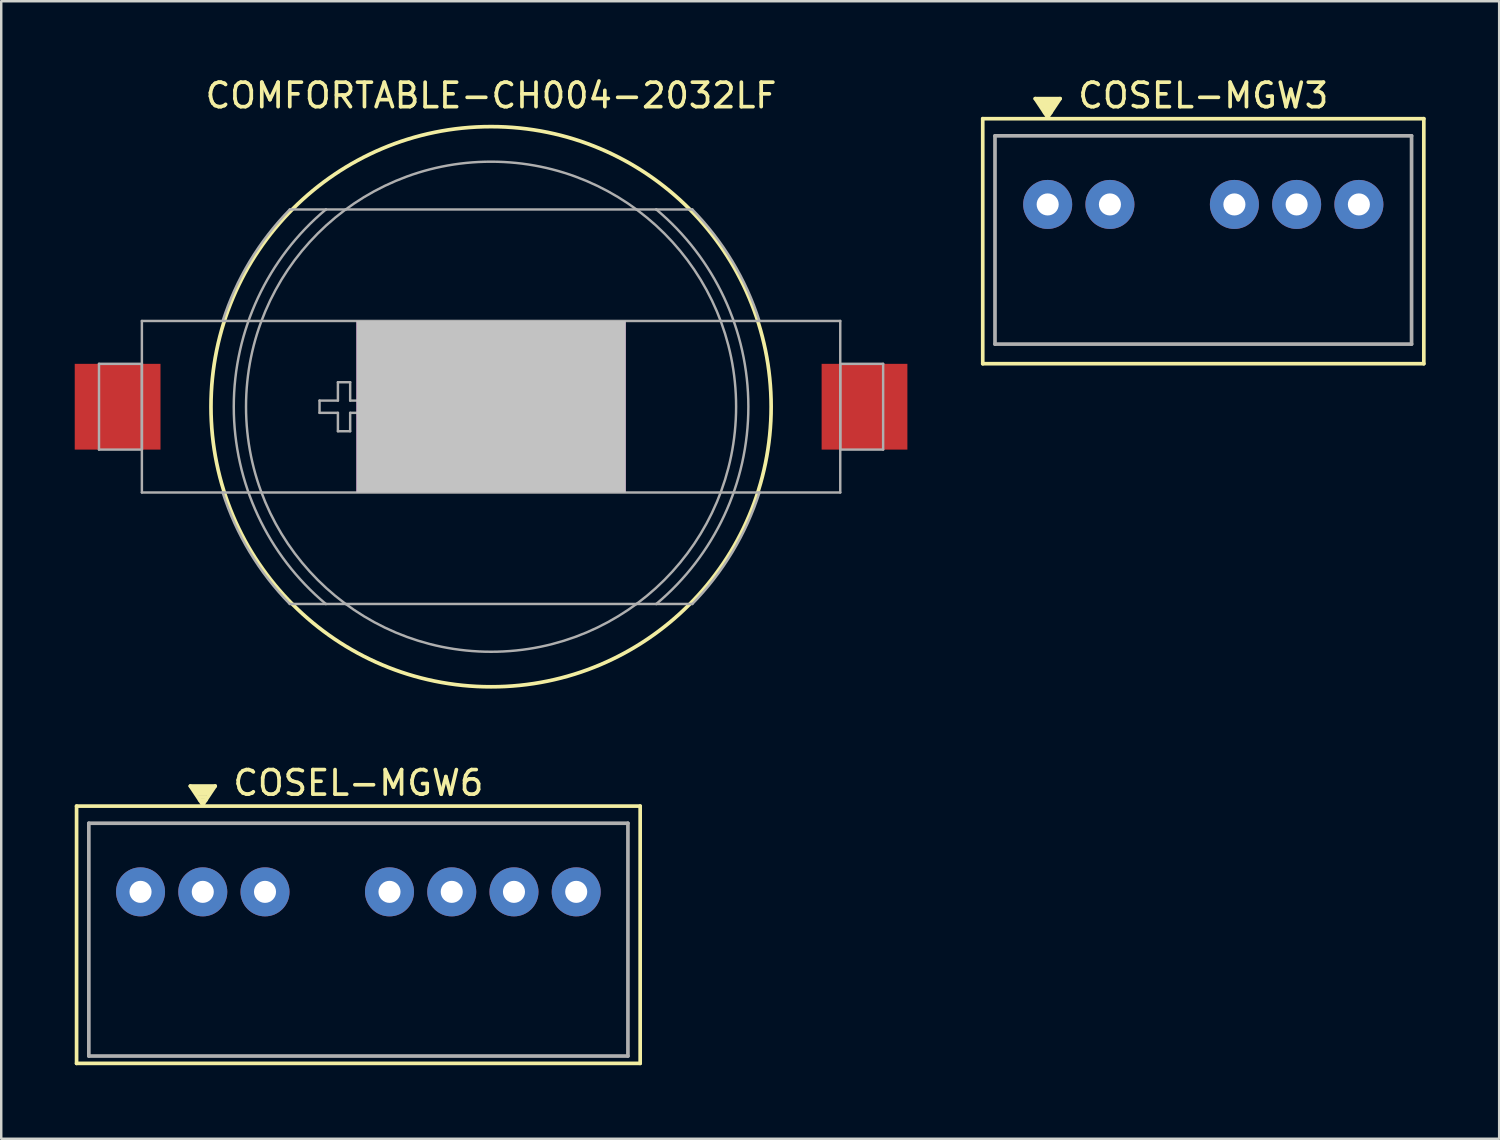
<source format=kicad_pcb>
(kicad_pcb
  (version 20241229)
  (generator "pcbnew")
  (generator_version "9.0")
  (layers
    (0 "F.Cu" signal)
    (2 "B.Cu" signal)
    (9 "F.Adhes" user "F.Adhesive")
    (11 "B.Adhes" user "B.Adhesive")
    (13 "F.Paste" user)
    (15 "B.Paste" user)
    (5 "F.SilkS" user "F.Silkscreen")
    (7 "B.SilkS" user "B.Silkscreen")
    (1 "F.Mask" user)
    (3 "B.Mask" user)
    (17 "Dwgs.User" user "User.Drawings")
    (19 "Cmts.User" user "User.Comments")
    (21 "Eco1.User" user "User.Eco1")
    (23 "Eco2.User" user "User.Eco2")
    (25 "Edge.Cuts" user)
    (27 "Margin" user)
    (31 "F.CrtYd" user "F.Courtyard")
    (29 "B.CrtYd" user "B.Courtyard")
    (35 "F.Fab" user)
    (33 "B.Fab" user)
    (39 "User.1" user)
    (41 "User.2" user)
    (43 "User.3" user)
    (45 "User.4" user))
  (footprint "COMFORTABLE-CH004-2032LF"
    (layer "F.Cu")
    (at 16.99 13.548)
    (property "Reference" "COMFORTABLE-CH004-2032LF" (at 0 -12.7 0) (layer "F.SilkS") (effects (font (size 1 1) (thickness 0.15))))
    (attr smd)
    (fp_circle (center 0 0) (end 11.43 0) (stroke (width 0.15) (type solid)) (fill no) (layer "F.SilkS"))
    (fp_line (start -16 -1.75) (end -14.25 -1.75) (stroke (width 0.1) (type solid)) (layer "F.Fab"))
    (fp_line (start -16 1.75) (end -16 -1.75) (stroke (width 0.1) (type solid)) (layer "F.Fab"))
    (fp_line (start -14.25 -3.5) (end -10.954 -3.5) (stroke (width 0.1) (type solid)) (layer "F.Fab"))
    (fp_line (start -14.25 1.75) (end -16 1.75) (stroke (width 0.1) (type solid)) (layer "F.Fab"))
    (fp_line (start -14.25 1.75) (end -14.25 -1.75) (stroke (width 0.1) (type solid)) (layer "F.Fab"))
    (fp_line (start -14.25 3.5) (end -14.25 -3.5) (stroke (width 0.1) (type solid)) (layer "F.Fab"))
    (fp_line (start -10.954 -3.5) (end 10.954 -3.5) (stroke (width 0.1) (type solid)) (layer "F.Fab"))
    (fp_line (start -10.954 3.5) (end -14.25 3.5) (stroke (width 0.1) (type solid)) (layer "F.Fab"))
    (fp_line (start -8.213 -8.05) (end -6.741 -8.05) (stroke (width 0.1) (type solid)) (layer "F.Fab"))
    (fp_line (start -7 -0.25) (end -6.25 -0.25) (stroke (width 0.1) (type solid)) (layer "F.Fab"))
    (fp_line (start -7 0.25) (end -7 -0.25) (stroke (width 0.1) (type solid)) (layer "F.Fab"))
    (fp_line (start -6.741 -8.05) (end -5.933 -8.05) (stroke (width 0.1) (type solid)) (layer "F.Fab"))
    (fp_line (start -6.741 8.05) (end -8.213 8.05) (stroke (width 0.1) (type solid)) (layer "F.Fab"))
    (fp_line (start -6.741 8.05) (end -5.93 8.05) (stroke (width 0.1) (type solid)) (layer "F.Fab"))
    (fp_line (start -6.25 -1) (end -5.75 -1) (stroke (width 0.1) (type solid)) (layer "F.Fab"))
    (fp_line (start -6.25 -0.25) (end -6.25 -1) (stroke (width 0.1) (type solid)) (layer "F.Fab"))
    (fp_line (start -6.25 0.25) (end -7 0.25) (stroke (width 0.1) (type solid)) (layer "F.Fab"))
    (fp_line (start -6.25 1) (end -6.25 0.25) (stroke (width 0.1) (type solid)) (layer "F.Fab"))
    (fp_line (start -5.933 -8.05) (end 5.93 -8.05) (stroke (width 0.1) (type solid)) (layer "F.Fab"))
    (fp_line (start -5.93 8.05) (end 5.933 8.05) (stroke (width 0.1) (type solid)) (layer "F.Fab"))
    (fp_line (start -5.75 -1) (end -5.75 -0.25) (stroke (width 0.1) (type solid)) (layer "F.Fab"))
    (fp_line (start -5.75 -0.25) (end -5 -0.25) (stroke (width 0.1) (type solid)) (layer "F.Fab"))
    (fp_line (start -5.75 0.25) (end -5.75 1) (stroke (width 0.1) (type solid)) (layer "F.Fab"))
    (fp_line (start -5.75 1) (end -6.25 1) (stroke (width 0.1) (type solid)) (layer "F.Fab"))
    (fp_line (start -5 -0.25) (end -5 0.25) (stroke (width 0.1) (type solid)) (layer "F.Fab"))
    (fp_line (start -5 0.25) (end -5.75 0.25) (stroke (width 0.1) (type solid)) (layer "F.Fab"))
    (fp_line (start 5.93 -8.05) (end 6.741 -8.05) (stroke (width 0.1) (type solid)) (layer "F.Fab"))
    (fp_line (start 5.933 8.05) (end 6.741 8.05) (stroke (width 0.1) (type solid)) (layer "F.Fab"))
    (fp_line (start 6.741 -8.05) (end 8.213 -8.05) (stroke (width 0.1) (type solid)) (layer "F.Fab"))
    (fp_line (start 8.213 8.05) (end 6.741 8.05) (stroke (width 0.1) (type solid)) (layer "F.Fab"))
    (fp_line (start 10.954 -3.5) (end 14.25 -3.5) (stroke (width 0.1) (type solid)) (layer "F.Fab"))
    (fp_line (start 10.954 3.5) (end -10.954 3.5) (stroke (width 0.1) (type solid)) (layer "F.Fab"))
    (fp_line (start 14.25 -3.5) (end 14.25 3.5) (stroke (width 0.1) (type solid)) (layer "F.Fab"))
    (fp_line (start 14.25 -1.75) (end 14.25 1.75) (stroke (width 0.1) (type solid)) (layer "F.Fab"))
    (fp_line (start 14.25 -1.75) (end 16 -1.75) (stroke (width 0.1) (type solid)) (layer "F.Fab"))
    (fp_line (start 14.25 3.5) (end 10.954 3.5) (stroke (width 0.1) (type solid)) (layer "F.Fab"))
    (fp_line (start 16 -1.75) (end 16 1.75) (stroke (width 0.1) (type solid)) (layer "F.Fab"))
    (fp_line (start 16 1.75) (end 14.25 1.75) (stroke (width 0.1) (type solid)) (layer "F.Fab"))
    (fp_arc (start -10.954451 -3.5) (mid -9.849873 -5.935487) (end -8.212643 -8.05) (stroke (width 0.1) (type solid)) (layer "F.Fab"))
    (fp_arc (start -8.212643 8.05) (mid -9.849873 5.935487) (end -10.954451 3.5) (stroke (width 0.1) (type solid)) (layer "F.Fab"))
    (fp_arc (start -6.741476 8.05) (mid -10.5 0) (end -6.741476 -8.05) (stroke (width 0.1) (type solid)) (layer "F.Fab"))
    (fp_arc (start 6.741476 -8.05) (mid 10.5 0) (end 6.741476 8.05) (stroke (width 0.1) (type solid)) (layer "F.Fab"))
    (fp_arc (start 8.212643 -8.05) (mid 9.849873 -5.935487) (end 10.954451 -3.5) (stroke (width 0.1) (type solid)) (layer "F.Fab"))
    (fp_arc (start 10.954451 3.5) (mid 9.849873 5.935487) (end 8.212643 8.05) (stroke (width 0.1) (type solid)) (layer "F.Fab"))
    (fp_circle (center 0 0) (end 10 0) (stroke (width 0.1) (type solid)) (fill no) (layer "F.Fab"))
    (pad "" smd rect (at 0 0) (size 11 7) (layers "F.Adhes" "Dwgs.User"))
    (pad "1" smd rect (at -15.24 0) (size 3.5 3.5) (layers "F.Cu" "F.Mask"))
    (pad "2" smd rect (at 15.24 0) (size 3.5 3.5) (layers "F.Cu" "F.Mask")))
  (footprint "COSEL-MGW3"
    (layer "F.Cu")
    (at 46.055 5.293)
    (property "Reference" "COSEL-MGW3" (at 0 -4.445 0) (layer "F.SilkS") (effects (font (size 1 1) (thickness 0.15))))
    (attr through_hole)
    (fp_line (start -9 -3.5) (end -9 6.5) (stroke (width 0.15) (type solid)) (layer "F.SilkS"))
    (fp_line (start -9 6.5) (end 9 6.5) (stroke (width 0.15) (type solid)) (layer "F.SilkS"))
    (fp_line (start -6.858 -4.318) (end -5.842 -4.318) (stroke (width 0.15) (type solid)) (layer "F.SilkS"))
    (fp_line (start -6.731 -4.255) (end -5.969 -4.255) (stroke (width 0.15) (type solid)) (layer "F.SilkS"))
    (fp_line (start -6.604 -4) (end -6.096 -4) (stroke (width 0.15) (type solid)) (layer "F.SilkS"))
    (fp_line (start -6.477 -3.747) (end -6.223 -3.747) (stroke (width 0.15) (type solid)) (layer "F.SilkS"))
    (fp_line (start -6.35 -3.556) (end -6.858 -4.318) (stroke (width 0.15) (type solid)) (layer "F.SilkS"))
    (fp_line (start -6.223 -3.873) (end -6.477 -3.873) (stroke (width 0.15) (type solid)) (layer "F.SilkS"))
    (fp_line (start -6.032 -4.128) (end -6.668 -4.128) (stroke (width 0.15) (type solid)) (layer "F.SilkS"))
    (fp_line (start -5.842 -4.318) (end -6.35 -3.556) (stroke (width 0.15) (type solid)) (layer "F.SilkS"))
    (fp_line (start 9 -3.5) (end -9 -3.5) (stroke (width 0.15) (type solid)) (layer "F.SilkS"))
    (fp_line (start 9 6.5) (end 9 -3.5) (stroke (width 0.15) (type solid)) (layer "F.SilkS"))
    (fp_line (start -8.5 -2.8) (end 8.5 -2.8) (stroke (width 0.15) (type solid)) (layer "F.Fab"))
    (fp_line (start -8.5 5.7) (end -8.5 -2.8) (stroke (width 0.15) (type solid)) (layer "F.Fab"))
    (fp_line (start -8.5 5.7) (end 8.5 5.7) (stroke (width 0.15) (type solid)) (layer "F.Fab"))
    (fp_line (start 8.5 5.7) (end 8.5 -2.8) (stroke (width 0.15) (type solid)) (layer "F.Fab"))
    (pad "1" thru_hole circle (at -6.35 0) (size 2 2) (drill 0.9) (layers "*.Cu" "*.Mask"))
    (pad "2" thru_hole circle (at -3.81 0) (size 2 2) (drill 0.9) (layers "*.Cu" "*.Mask"))
    (pad "4" thru_hole circle (at 1.27 0) (size 2 2) (drill 0.9) (layers "*.Cu" "*.Mask"))
    (pad "5" thru_hole circle (at 3.81 0) (size 2 2) (drill 0.9) (layers "*.Cu" "*.Mask"))
    (pad "6" thru_hole circle (at 6.35 0) (size 2 2) (drill 0.9) (layers "*.Cu" "*.Mask")))
  (footprint "COSEL-MGW6"
    (layer "F.Cu")
    (at 11.575 33.346)
    (property "Reference" "COSEL-MGW6" (at 0 -4.445 0) (layer "F.SilkS") (effects (font (size 1 1) (thickness 0.15))))
    (attr through_hole)
    (fp_line (start -11.5 -3.5) (end -11.5 7) (stroke (width 0.15) (type solid)) (layer "F.SilkS"))
    (fp_line (start -11.5 7) (end 11.5 7) (stroke (width 0.15) (type solid)) (layer "F.SilkS"))
    (fp_line (start -6.858 -4.318) (end -5.842 -4.318) (stroke (width 0.15) (type solid)) (layer "F.SilkS"))
    (fp_line (start -6.731 -4.255) (end -5.969 -4.255) (stroke (width 0.15) (type solid)) (layer "F.SilkS"))
    (fp_line (start -6.604 -4) (end -6.096 -4) (stroke (width 0.15) (type solid)) (layer "F.SilkS"))
    (fp_line (start -6.477 -3.747) (end -6.223 -3.747) (stroke (width 0.15) (type solid)) (layer "F.SilkS"))
    (fp_line (start -6.35 -3.556) (end -6.858 -4.318) (stroke (width 0.15) (type solid)) (layer "F.SilkS"))
    (fp_line (start -6.223 -3.873) (end -6.477 -3.873) (stroke (width 0.15) (type solid)) (layer "F.SilkS"))
    (fp_line (start -6.032 -4.128) (end -6.668 -4.128) (stroke (width 0.15) (type solid)) (layer "F.SilkS"))
    (fp_line (start -5.842 -4.318) (end -6.35 -3.556) (stroke (width 0.15) (type solid)) (layer "F.SilkS"))
    (fp_line (start 11.5 -3.5) (end -11.5 -3.5) (stroke (width 0.15) (type solid)) (layer "F.SilkS"))
    (fp_line (start 11.5 7) (end 11.5 -3.5) (stroke (width 0.15) (type solid)) (layer "F.SilkS"))
    (fp_line (start -11 -2.8) (end 11 -2.8) (stroke (width 0.15) (type solid)) (layer "F.Fab"))
    (fp_line (start -11 6.7) (end -11 -2.8) (stroke (width 0.15) (type solid)) (layer "F.Fab"))
    (fp_line (start -11 6.7) (end 11 6.7) (stroke (width 0.15) (type solid)) (layer "F.Fab"))
    (fp_line (start 11 6.7) (end 11 -2.8) (stroke (width 0.15) (type solid)) (layer "F.Fab"))
    (pad "1" thru_hole circle (at -8.89 0) (size 2 2) (drill 0.9) (layers "*.Cu" "*.Mask"))
    (pad "2" thru_hole circle (at -6.35 0) (size 2 2) (drill 0.9) (layers "*.Cu" "*.Mask"))
    (pad "3" thru_hole circle (at -3.81 0) (size 2 2) (drill 0.9) (layers "*.Cu" "*.Mask"))
    (pad "5" thru_hole circle (at 1.27 0) (size 2 2) (drill 0.9) (layers "*.Cu" "*.Mask"))
    (pad "6" thru_hole circle (at 3.81 0) (size 2 2) (drill 0.9) (layers "*.Cu" "*.Mask"))
    (pad "7" thru_hole circle (at 6.35 0) (size 2 2) (drill 0.9) (layers "*.Cu" "*.Mask"))
    (pad "8" thru_hole circle (at 8.89 0) (size 2 2) (drill 0.9) (layers "*.Cu" "*.Mask")))
  (gr_rect
    (start -3 -3)
    (end 58.13 43.422)
    (stroke (width 0.1) (type default))
    (fill no)
    (layer "Edge.Cuts")))
</source>
